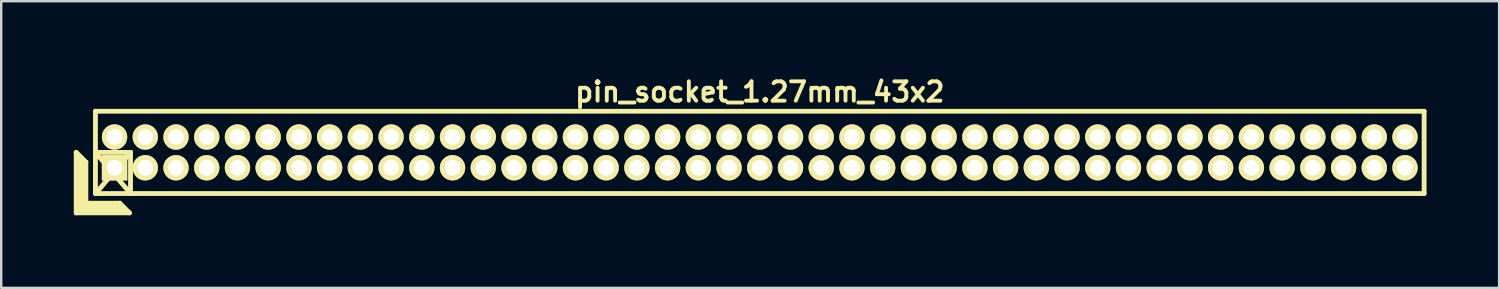
<source format=kicad_pcb>
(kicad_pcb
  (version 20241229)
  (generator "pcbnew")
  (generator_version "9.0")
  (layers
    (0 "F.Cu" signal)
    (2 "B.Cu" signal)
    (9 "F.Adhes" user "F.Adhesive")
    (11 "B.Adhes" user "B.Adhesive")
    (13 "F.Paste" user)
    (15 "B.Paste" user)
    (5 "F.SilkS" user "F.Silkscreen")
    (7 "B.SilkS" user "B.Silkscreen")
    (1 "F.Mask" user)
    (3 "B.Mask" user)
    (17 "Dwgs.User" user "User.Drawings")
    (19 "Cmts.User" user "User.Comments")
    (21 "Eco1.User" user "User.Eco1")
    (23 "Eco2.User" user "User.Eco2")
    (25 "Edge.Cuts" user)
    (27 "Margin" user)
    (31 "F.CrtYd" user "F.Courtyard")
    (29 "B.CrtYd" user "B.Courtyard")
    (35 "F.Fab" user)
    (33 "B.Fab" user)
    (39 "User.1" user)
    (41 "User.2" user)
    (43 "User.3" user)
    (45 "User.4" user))
  (footprint "pin_socket_1.27mm_43x2"
    (layer "F.Cu")
    (at 28.355 3.249)
    (property "Reference" "pin_socket_1.27mm_43x2" (at 0 -2.5 0) (layer "F.SilkS") (effects (font (size 0.8 0.8) (thickness 0.16))))
    (attr through_hole)
    (fp_line (start -28.255 0) (end -28.255 2.5) (stroke (width 0.2) (type solid)) (layer "F.SilkS"))
    (fp_line (start -28.255 0) (end -27.855 0.4) (stroke (width 0.2) (type solid)) (layer "F.SilkS"))
    (fp_line (start -28.255 2.5) (end -26.055 2.5) (stroke (width 0.2) (type solid)) (layer "F.SilkS"))
    (fp_line (start -28.155 2.4) (end -28.155 0.2) (stroke (width 0.2) (type solid)) (layer "F.SilkS"))
    (fp_line (start -28.155 2.4) (end -26.255 2.4) (stroke (width 0.2) (type solid)) (layer "F.SilkS"))
    (fp_line (start -28.055 2.3) (end -28.055 0.3) (stroke (width 0.2) (type solid)) (layer "F.SilkS"))
    (fp_line (start -28.055 2.3) (end -26.355 2.3) (stroke (width 0.2) (type solid)) (layer "F.SilkS"))
    (fp_line (start -27.955 2.2) (end -27.955 0.4) (stroke (width 0.2) (type solid)) (layer "F.SilkS"))
    (fp_line (start -27.955 2.2) (end -26.455 2.2) (stroke (width 0.2) (type solid)) (layer "F.SilkS"))
    (fp_line (start -27.855 2.1) (end -27.855 0.4) (stroke (width 0.2) (type solid)) (layer "F.SilkS"))
    (fp_line (start -27.855 2.1) (end -26.455 2.1) (stroke (width 0.2) (type solid)) (layer "F.SilkS"))
    (fp_line (start -27.46 -1.7) (end 27.46 -1.7) (stroke (width 0.2) (type solid)) (layer "F.SilkS"))
    (fp_line (start -27.46 0) (end -26.01 0) (stroke (width 0.2) (type solid)) (layer "F.SilkS"))
    (fp_line (start -27.46 0) (end -26.01 1.7) (stroke (width 0.2) (type solid)) (layer "F.SilkS"))
    (fp_line (start -27.46 1.7) (end -27.46 -1.7) (stroke (width 0.2) (type solid)) (layer "F.SilkS"))
    (fp_line (start -26.455 2.1) (end -26.055 2.5) (stroke (width 0.2) (type solid)) (layer "F.SilkS"))
    (fp_line (start -26.01 0) (end -27.455 1.7) (stroke (width 0.2) (type solid)) (layer "F.SilkS"))
    (fp_line (start -26.01 0) (end -26.01 1.7) (stroke (width 0.2) (type solid)) (layer "F.SilkS"))
    (fp_line (start 27.46 -1.7) (end 27.46 1.7) (stroke (width 0.2) (type solid)) (layer "F.SilkS"))
    (fp_line (start 27.46 1.7) (end -27.46 1.7) (stroke (width 0.2) (type solid)) (layer "F.SilkS"))
    (pad "1" thru_hole rect (at -26.67 0.635) (size 1.05 1.05) (drill 0.65) (layers "*.Cu" "*.Mask" "F.SilkS"))
    (pad "2" thru_hole oval (at -26.67 -0.635) (size 1.05 1.05) (drill 0.65) (layers "*.Cu" "*.Mask" "F.SilkS"))
    (pad "3" thru_hole oval (at -25.4 0.635) (size 1.05 1.05) (drill 0.65) (layers "*.Cu" "*.Mask" "F.SilkS"))
    (pad "4" thru_hole oval (at -25.4 -0.635) (size 1.05 1.05) (drill 0.65) (layers "*.Cu" "*.Mask" "F.SilkS"))
    (pad "5" thru_hole oval (at -24.13 0.635) (size 1.05 1.05) (drill 0.65) (layers "*.Cu" "*.Mask" "F.SilkS"))
    (pad "6" thru_hole oval (at -24.13 -0.635) (size 1.05 1.05) (drill 0.65) (layers "*.Cu" "*.Mask" "F.SilkS"))
    (pad "7" thru_hole oval (at -22.86 0.635) (size 1.05 1.05) (drill 0.65) (layers "*.Cu" "*.Mask" "F.SilkS"))
    (pad "8" thru_hole oval (at -22.86 -0.635) (size 1.05 1.05) (drill 0.65) (layers "*.Cu" "*.Mask" "F.SilkS"))
    (pad "9" thru_hole oval (at -21.59 0.635) (size 1.05 1.05) (drill 0.65) (layers "*.Cu" "*.Mask" "F.SilkS"))
    (pad "10" thru_hole oval (at -21.59 -0.635) (size 1.05 1.05) (drill 0.65) (layers "*.Cu" "*.Mask" "F.SilkS"))
    (pad "11" thru_hole oval (at -20.32 0.635) (size 1.05 1.05) (drill 0.65) (layers "*.Cu" "*.Mask" "F.SilkS"))
    (pad "12" thru_hole oval (at -20.32 -0.635) (size 1.05 1.05) (drill 0.65) (layers "*.Cu" "*.Mask" "F.SilkS"))
    (pad "13" thru_hole oval (at -19.05 0.635) (size 1.05 1.05) (drill 0.65) (layers "*.Cu" "*.Mask" "F.SilkS"))
    (pad "14" thru_hole oval (at -19.05 -0.635) (size 1.05 1.05) (drill 0.65) (layers "*.Cu" "*.Mask" "F.SilkS"))
    (pad "15" thru_hole oval (at -17.78 0.635) (size 1.05 1.05) (drill 0.65) (layers "*.Cu" "*.Mask" "F.SilkS"))
    (pad "16" thru_hole oval (at -17.78 -0.635) (size 1.05 1.05) (drill 0.65) (layers "*.Cu" "*.Mask" "F.SilkS"))
    (pad "17" thru_hole oval (at -16.51 0.635) (size 1.05 1.05) (drill 0.65) (layers "*.Cu" "*.Mask" "F.SilkS"))
    (pad "18" thru_hole oval (at -16.51 -0.635) (size 1.05 1.05) (drill 0.65) (layers "*.Cu" "*.Mask" "F.SilkS"))
    (pad "19" thru_hole oval (at -15.24 0.635) (size 1.05 1.05) (drill 0.65) (layers "*.Cu" "*.Mask" "F.SilkS"))
    (pad "20" thru_hole oval (at -15.24 -0.635) (size 1.05 1.05) (drill 0.65) (layers "*.Cu" "*.Mask" "F.SilkS"))
    (pad "21" thru_hole oval (at -13.97 0.635) (size 1.05 1.05) (drill 0.65) (layers "*.Cu" "*.Mask" "F.SilkS"))
    (pad "22" thru_hole oval (at -13.97 -0.635) (size 1.05 1.05) (drill 0.65) (layers "*.Cu" "*.Mask" "F.SilkS"))
    (pad "23" thru_hole oval (at -12.7 0.635) (size 1.05 1.05) (drill 0.65) (layers "*.Cu" "*.Mask" "F.SilkS"))
    (pad "24" thru_hole oval (at -12.7 -0.635) (size 1.05 1.05) (drill 0.65) (layers "*.Cu" "*.Mask" "F.SilkS"))
    (pad "25" thru_hole oval (at -11.43 0.635) (size 1.05 1.05) (drill 0.65) (layers "*.Cu" "*.Mask" "F.SilkS"))
    (pad "26" thru_hole oval (at -11.43 -0.635) (size 1.05 1.05) (drill 0.65) (layers "*.Cu" "*.Mask" "F.SilkS"))
    (pad "27" thru_hole oval (at -10.16 0.635) (size 1.05 1.05) (drill 0.65) (layers "*.Cu" "*.Mask" "F.SilkS"))
    (pad "28" thru_hole oval (at -10.16 -0.635) (size 1.05 1.05) (drill 0.65) (layers "*.Cu" "*.Mask" "F.SilkS"))
    (pad "29" thru_hole oval (at -8.89 0.635) (size 1.05 1.05) (drill 0.65) (layers "*.Cu" "*.Mask" "F.SilkS"))
    (pad "30" thru_hole oval (at -8.89 -0.635) (size 1.05 1.05) (drill 0.65) (layers "*.Cu" "*.Mask" "F.SilkS"))
    (pad "31" thru_hole oval (at -7.62 0.635) (size 1.05 1.05) (drill 0.65) (layers "*.Cu" "*.Mask" "F.SilkS"))
    (pad "32" thru_hole oval (at -7.62 -0.635) (size 1.05 1.05) (drill 0.65) (layers "*.Cu" "*.Mask" "F.SilkS"))
    (pad "33" thru_hole oval (at -6.35 0.635) (size 1.05 1.05) (drill 0.65) (layers "*.Cu" "*.Mask" "F.SilkS"))
    (pad "34" thru_hole oval (at -6.35 -0.635) (size 1.05 1.05) (drill 0.65) (layers "*.Cu" "*.Mask" "F.SilkS"))
    (pad "35" thru_hole oval (at -5.08 0.635) (size 1.05 1.05) (drill 0.65) (layers "*.Cu" "*.Mask" "F.SilkS"))
    (pad "36" thru_hole oval (at -5.08 -0.635) (size 1.05 1.05) (drill 0.65) (layers "*.Cu" "*.Mask" "F.SilkS"))
    (pad "37" thru_hole oval (at -3.81 0.635) (size 1.05 1.05) (drill 0.65) (layers "*.Cu" "*.Mask" "F.SilkS"))
    (pad "38" thru_hole oval (at -3.81 -0.635) (size 1.05 1.05) (drill 0.65) (layers "*.Cu" "*.Mask" "F.SilkS"))
    (pad "39" thru_hole oval (at -2.54 0.635) (size 1.05 1.05) (drill 0.65) (layers "*.Cu" "*.Mask" "F.SilkS"))
    (pad "40" thru_hole oval (at -2.54 -0.635) (size 1.05 1.05) (drill 0.65) (layers "*.Cu" "*.Mask" "F.SilkS"))
    (pad "41" thru_hole oval (at -1.27 0.635) (size 1.05 1.05) (drill 0.65) (layers "*.Cu" "*.Mask" "F.SilkS"))
    (pad "42" thru_hole oval (at -1.27 -0.635) (size 1.05 1.05) (drill 0.65) (layers "*.Cu" "*.Mask" "F.SilkS"))
    (pad "43" thru_hole oval (at 0 0.635) (size 1.05 1.05) (drill 0.65) (layers "*.Cu" "*.Mask" "F.SilkS"))
    (pad "44" thru_hole oval (at 0 -0.635) (size 1.05 1.05) (drill 0.65) (layers "*.Cu" "*.Mask" "F.SilkS"))
    (pad "45" thru_hole oval (at 1.27 0.635) (size 1.05 1.05) (drill 0.65) (layers "*.Cu" "*.Mask" "F.SilkS"))
    (pad "46" thru_hole oval (at 1.27 -0.635) (size 1.05 1.05) (drill 0.65) (layers "*.Cu" "*.Mask" "F.SilkS"))
    (pad "47" thru_hole oval (at 2.54 0.635) (size 1.05 1.05) (drill 0.65) (layers "*.Cu" "*.Mask" "F.SilkS"))
    (pad "48" thru_hole oval (at 2.54 -0.635) (size 1.05 1.05) (drill 0.65) (layers "*.Cu" "*.Mask" "F.SilkS"))
    (pad "49" thru_hole oval (at 3.81 0.635) (size 1.05 1.05) (drill 0.65) (layers "*.Cu" "*.Mask" "F.SilkS"))
    (pad "50" thru_hole oval (at 3.81 -0.635) (size 1.05 1.05) (drill 0.65) (layers "*.Cu" "*.Mask" "F.SilkS"))
    (pad "51" thru_hole circle (at 5.08 0.635) (size 1.05 1.05) (drill 0.65) (layers "*.Cu" "*.Mask" "F.SilkS"))
    (pad "52" thru_hole oval (at 5.08 -0.635) (size 1.05 1.05) (drill 0.65) (layers "*.Cu" "*.Mask" "F.SilkS"))
    (pad "53" thru_hole oval (at 6.35 0.635) (size 1.05 1.05) (drill 0.65) (layers "*.Cu" "*.Mask" "F.SilkS"))
    (pad "54" thru_hole oval (at 6.35 -0.635) (size 1.05 1.05) (drill 0.65) (layers "*.Cu" "*.Mask" "F.SilkS"))
    (pad "55" thru_hole oval (at 7.62 0.635) (size 1.05 1.05) (drill 0.65) (layers "*.Cu" "*.Mask" "F.SilkS"))
    (pad "56" thru_hole oval (at 7.62 -0.635) (size 1.05 1.05) (drill 0.65) (layers "*.Cu" "*.Mask" "F.SilkS"))
    (pad "57" thru_hole oval (at 8.89 0.635) (size 1.05 1.05) (drill 0.65) (layers "*.Cu" "*.Mask" "F.SilkS"))
    (pad "58" thru_hole oval (at 8.89 -0.635) (size 1.05 1.05) (drill 0.65) (layers "*.Cu" "*.Mask" "F.SilkS"))
    (pad "59" thru_hole oval (at 10.16 0.635) (size 1.05 1.05) (drill 0.65) (layers "*.Cu" "*.Mask" "F.SilkS"))
    (pad "60" thru_hole oval (at 10.16 -0.635) (size 1.05 1.05) (drill 0.65) (layers "*.Cu" "*.Mask" "F.SilkS"))
    (pad "61" thru_hole oval (at 11.43 0.635) (size 1.05 1.05) (drill 0.65) (layers "*.Cu" "*.Mask" "F.SilkS"))
    (pad "62" thru_hole oval (at 11.43 -0.635) (size 1.05 1.05) (drill 0.65) (layers "*.Cu" "*.Mask" "F.SilkS"))
    (pad "63" thru_hole oval (at 12.7 0.635) (size 1.05 1.05) (drill 0.65) (layers "*.Cu" "*.Mask" "F.SilkS"))
    (pad "64" thru_hole oval (at 12.7 -0.635) (size 1.05 1.05) (drill 0.65) (layers "*.Cu" "*.Mask" "F.SilkS"))
    (pad "65" thru_hole oval (at 13.97 0.635) (size 1.05 1.05) (drill 0.65) (layers "*.Cu" "*.Mask" "F.SilkS"))
    (pad "66" thru_hole oval (at 13.97 -0.635) (size 1.05 1.05) (drill 0.65) (layers "*.Cu" "*.Mask" "F.SilkS"))
    (pad "67" thru_hole oval (at 15.24 0.635) (size 1.05 1.05) (drill 0.65) (layers "*.Cu" "*.Mask" "F.SilkS"))
    (pad "68" thru_hole oval (at 15.24 -0.635) (size 1.05 1.05) (drill 0.65) (layers "*.Cu" "*.Mask" "F.SilkS"))
    (pad "69" thru_hole oval (at 16.51 0.635) (size 1.05 1.05) (drill 0.65) (layers "*.Cu" "*.Mask" "F.SilkS"))
    (pad "70" thru_hole oval (at 16.51 -0.635) (size 1.05 1.05) (drill 0.65) (layers "*.Cu" "*.Mask" "F.SilkS"))
    (pad "71" thru_hole oval (at 17.78 0.635) (size 1.05 1.05) (drill 0.65) (layers "*.Cu" "*.Mask" "F.SilkS"))
    (pad "72" thru_hole oval (at 17.78 -0.635) (size 1.05 1.05) (drill 0.65) (layers "*.Cu" "*.Mask" "F.SilkS"))
    (pad "73" thru_hole oval (at 19.05 0.635) (size 1.05 1.05) (drill 0.65) (layers "*.Cu" "*.Mask" "F.SilkS"))
    (pad "74" thru_hole oval (at 19.05 -0.635) (size 1.05 1.05) (drill 0.65) (layers "*.Cu" "*.Mask" "F.SilkS"))
    (pad "75" thru_hole oval (at 20.32 0.635) (size 1.05 1.05) (drill 0.65) (layers "*.Cu" "*.Mask" "F.SilkS"))
    (pad "76" thru_hole oval (at 20.32 -0.635) (size 1.05 1.05) (drill 0.65) (layers "*.Cu" "*.Mask" "F.SilkS"))
    (pad "77" thru_hole oval (at 21.59 0.635) (size 1.05 1.05) (drill 0.65) (layers "*.Cu" "*.Mask" "F.SilkS"))
    (pad "78" thru_hole oval (at 21.59 -0.635) (size 1.05 1.05) (drill 0.65) (layers "*.Cu" "*.Mask" "F.SilkS"))
    (pad "79" thru_hole oval (at 22.86 0.635) (size 1.05 1.05) (drill 0.65) (layers "*.Cu" "*.Mask" "F.SilkS"))
    (pad "80" thru_hole oval (at 22.86 -0.635) (size 1.05 1.05) (drill 0.65) (layers "*.Cu" "*.Mask" "F.SilkS"))
    (pad "81" thru_hole oval (at 24.13 0.635) (size 1.05 1.05) (drill 0.65) (layers "*.Cu" "*.Mask" "F.SilkS"))
    (pad "82" thru_hole oval (at 24.13 -0.635) (size 1.05 1.05) (drill 0.65) (layers "*.Cu" "*.Mask" "F.SilkS"))
    (pad "83" thru_hole oval (at 25.4 0.635) (size 1.05 1.05) (drill 0.65) (layers "*.Cu" "*.Mask" "F.SilkS"))
    (pad "84" thru_hole oval (at 25.4 -0.635) (size 1.05 1.05) (drill 0.65) (layers "*.Cu" "*.Mask" "F.SilkS"))
    (pad "85" thru_hole oval (at 26.67 0.635) (size 1.05 1.05) (drill 0.65) (layers "*.Cu" "*.Mask" "F.SilkS"))
    (pad "86" thru_hole oval (at 26.67 -0.635) (size 1.05 1.05) (drill 0.65) (layers "*.Cu" "*.Mask" "F.SilkS")))
  (gr_rect
    (start -3 -3)
    (end 58.915 8.849)
    (stroke (width 0.1) (type default))
    (fill no)
    (layer "Edge.Cuts")))
</source>
